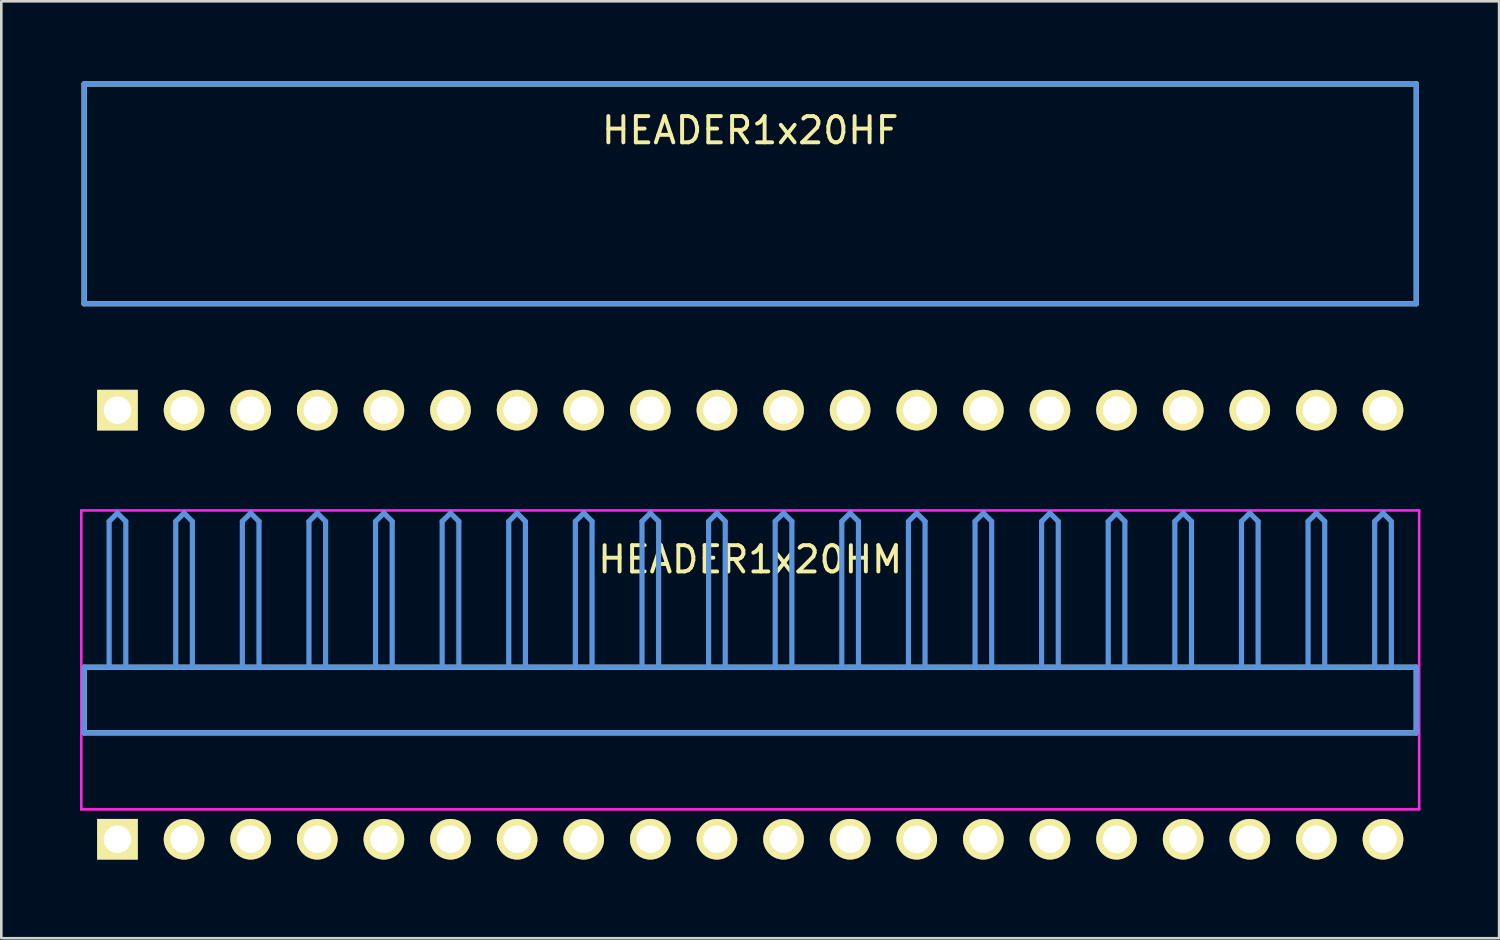
<source format=kicad_pcb>
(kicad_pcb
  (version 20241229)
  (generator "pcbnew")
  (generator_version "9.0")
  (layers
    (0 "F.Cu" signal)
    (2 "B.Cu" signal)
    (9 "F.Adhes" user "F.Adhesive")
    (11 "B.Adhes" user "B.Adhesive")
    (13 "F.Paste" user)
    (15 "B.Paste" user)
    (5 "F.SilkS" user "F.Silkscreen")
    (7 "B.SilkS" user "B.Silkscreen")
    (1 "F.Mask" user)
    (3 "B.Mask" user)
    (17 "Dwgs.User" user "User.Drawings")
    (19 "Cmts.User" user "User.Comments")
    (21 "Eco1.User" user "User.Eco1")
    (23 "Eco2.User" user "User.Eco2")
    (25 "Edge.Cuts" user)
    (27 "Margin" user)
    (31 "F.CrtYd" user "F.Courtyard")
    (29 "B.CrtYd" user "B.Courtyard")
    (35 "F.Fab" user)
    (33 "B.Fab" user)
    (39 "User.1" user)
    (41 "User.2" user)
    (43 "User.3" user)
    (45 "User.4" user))
  (footprint "HEADER1x20HF"
    (layer "F.Cu")
    (at 1.429 12.59)
    (property "Reference" "HEADER1x20HF" (at 24.13 -10.668 0) (layer "F.SilkS") (effects (font (size 1.001 1.001) (thickness 0.15))))
    (attr through_hole)
    (fp_line (start -1.27 -12.438) (end -1.27 -4.059) (stroke (width 0.198) (type solid)) (layer "F.SilkS"))
    (fp_line (start -1.27 -4.059) (end 49.53 -4.059) (stroke (width 0.198) (type solid)) (layer "F.SilkS"))
    (fp_line (start 49.53 -12.438) (end -1.27 -12.438) (stroke (width 0.198) (type solid)) (layer "F.SilkS"))
    (fp_line (start 49.53 -4.059) (end 49.53 -12.438) (stroke (width 0.198) (type solid)) (layer "F.SilkS"))
    (fp_line (start -1.27 -12.438) (end -1.27 -4.059) (stroke (width 0.198) (type solid)) (layer "Cmts.User"))
    (fp_line (start -1.27 -4.059) (end 49.53 -4.059) (stroke (width 0.198) (type solid)) (layer "Cmts.User"))
    (fp_line (start 49.53 -12.438) (end -1.27 -12.438) (stroke (width 0.198) (type solid)) (layer "Cmts.User"))
    (fp_line (start 49.53 -4.059) (end 49.53 -12.438) (stroke (width 0.198) (type solid)) (layer "Cmts.User"))
    (fp_line (start -1.379 -12.54) (end 49.639 -12.54) (stroke (width 0.099) (type solid)) (layer "Eco1.User"))
    (fp_line (start -1.379 -1.14) (end -1.379 -12.54) (stroke (width 0.099) (type solid)) (layer "Eco1.User"))
    (fp_line (start 49.639 -12.54) (end 49.639 -1.14) (stroke (width 0.099) (type solid)) (layer "Eco1.User"))
    (fp_line (start 49.639 -1.14) (end -1.379 -1.14) (stroke (width 0.099) (type solid)) (layer "Eco1.User"))
    (pad "1" thru_hole rect (at 0 0) (size 1.549 1.549) (drill 1.049) (layers "*.Cu" "*.Mask" "F.SilkS"))
    (pad "2" thru_hole circle (at 2.54 0) (size 1.549 1.549) (drill 1.049) (layers "*.Cu" "*.Mask" "F.SilkS"))
    (pad "3" thru_hole circle (at 5.08 0) (size 1.549 1.549) (drill 1.049) (layers "*.Cu" "*.Mask" "F.SilkS"))
    (pad "4" thru_hole circle (at 7.62 0) (size 1.549 1.549) (drill 1.049) (layers "*.Cu" "*.Mask" "F.SilkS"))
    (pad "5" thru_hole circle (at 10.16 0) (size 1.549 1.549) (drill 1.049) (layers "*.Cu" "*.Mask" "F.SilkS"))
    (pad "6" thru_hole circle (at 12.7 0) (size 1.549 1.549) (drill 1.049) (layers "*.Cu" "*.Mask" "F.SilkS"))
    (pad "7" thru_hole circle (at 15.24 0) (size 1.549 1.549) (drill 1.049) (layers "*.Cu" "*.Mask" "F.SilkS"))
    (pad "8" thru_hole circle (at 17.78 0) (size 1.549 1.549) (drill 1.049) (layers "*.Cu" "*.Mask" "F.SilkS"))
    (pad "9" thru_hole circle (at 20.32 0) (size 1.549 1.549) (drill 1.049) (layers "*.Cu" "*.Mask" "F.SilkS"))
    (pad "10" thru_hole circle (at 22.86 0) (size 1.549 1.549) (drill 1.049) (layers "*.Cu" "*.Mask" "F.SilkS"))
    (pad "11" thru_hole circle (at 25.4 0) (size 1.549 1.549) (drill 1.049) (layers "*.Cu" "*.Mask" "F.SilkS"))
    (pad "12" thru_hole circle (at 27.94 0) (size 1.549 1.549) (drill 1.049) (layers "*.Cu" "*.Mask" "F.SilkS"))
    (pad "13" thru_hole circle (at 30.48 0) (size 1.549 1.549) (drill 1.049) (layers "*.Cu" "*.Mask" "F.SilkS"))
    (pad "14" thru_hole circle (at 33.02 0) (size 1.549 1.549) (drill 1.049) (layers "*.Cu" "*.Mask" "F.SilkS"))
    (pad "15" thru_hole circle (at 35.56 0) (size 1.549 1.549) (drill 1.049) (layers "*.Cu" "*.Mask" "F.SilkS"))
    (pad "16" thru_hole circle (at 38.1 0) (size 1.549 1.549) (drill 1.049) (layers "*.Cu" "*.Mask" "F.SilkS"))
    (pad "17" thru_hole circle (at 40.64 0) (size 1.549 1.549) (drill 1.049) (layers "*.Cu" "*.Mask" "F.SilkS"))
    (pad "18" thru_hole circle (at 43.18 0) (size 1.549 1.549) (drill 1.049) (layers "*.Cu" "*.Mask" "F.SilkS"))
    (pad "19" thru_hole circle (at 45.72 0) (size 1.549 1.549) (drill 1.049) (layers "*.Cu" "*.Mask" "F.SilkS"))
    (pad "20" thru_hole circle (at 48.26 0) (size 1.549 1.549) (drill 1.049) (layers "*.Cu" "*.Mask" "F.SilkS")))
  (footprint "HEADER1x20HM"
    (layer "F.Cu")
    (at 1.429 28.954)
    (property "Reference" "HEADER1x20HM" (at 24.13 -10.668 0) (layer "F.SilkS") (effects (font (size 1.001 1.001) (thickness 0.15))))
    (attr through_hole)
    (fp_line (start -1.27 -6.558) (end -1.27 -4.059) (stroke (width 0.198) (type solid)) (layer "F.SilkS"))
    (fp_line (start -1.27 -4.059) (end 49.53 -4.059) (stroke (width 0.198) (type solid)) (layer "F.SilkS"))
    (fp_line (start 49.53 -6.558) (end -1.27 -6.558) (stroke (width 0.198) (type solid)) (layer "F.SilkS"))
    (fp_line (start 49.53 -4.059) (end 49.53 -6.558) (stroke (width 0.198) (type solid)) (layer "F.SilkS"))
    (fp_line (start -1.27 -6.558) (end -1.27 -4.059) (stroke (width 0.198) (type solid)) (layer "Cmts.User"))
    (fp_line (start -1.27 -4.059) (end 49.53 -4.059) (stroke (width 0.198) (type solid)) (layer "Cmts.User"))
    (fp_line (start -0.318 -12.121) (end 0 -12.438) (stroke (width 0.198) (type solid)) (layer "Cmts.User"))
    (fp_line (start -0.318 -6.599) (end -0.318 -12.121) (stroke (width 0.198) (type solid)) (layer "Cmts.User"))
    (fp_line (start 0.318 -12.121) (end 0 -12.438) (stroke (width 0.198) (type solid)) (layer "Cmts.User"))
    (fp_line (start 0.318 -6.599) (end 0.318 -12.121) (stroke (width 0.198) (type solid)) (layer "Cmts.User"))
    (fp_line (start 2.223 -12.121) (end 2.54 -12.438) (stroke (width 0.198) (type solid)) (layer "Cmts.User"))
    (fp_line (start 2.223 -6.599) (end 2.223 -12.121) (stroke (width 0.198) (type solid)) (layer "Cmts.User"))
    (fp_line (start 2.857 -12.121) (end 2.54 -12.438) (stroke (width 0.198) (type solid)) (layer "Cmts.User"))
    (fp_line (start 2.857 -6.599) (end 2.857 -12.121) (stroke (width 0.198) (type solid)) (layer "Cmts.User"))
    (fp_line (start 4.763 -12.121) (end 5.08 -12.438) (stroke (width 0.198) (type solid)) (layer "Cmts.User"))
    (fp_line (start 4.763 -6.599) (end 4.763 -12.121) (stroke (width 0.198) (type solid)) (layer "Cmts.User"))
    (fp_line (start 5.397 -12.121) (end 5.08 -12.438) (stroke (width 0.198) (type solid)) (layer "Cmts.User"))
    (fp_line (start 5.397 -6.599) (end 5.397 -12.121) (stroke (width 0.198) (type solid)) (layer "Cmts.User"))
    (fp_line (start 7.303 -12.121) (end 7.62 -12.438) (stroke (width 0.198) (type solid)) (layer "Cmts.User"))
    (fp_line (start 7.303 -6.599) (end 7.303 -12.121) (stroke (width 0.198) (type solid)) (layer "Cmts.User"))
    (fp_line (start 7.938 -12.121) (end 7.62 -12.438) (stroke (width 0.198) (type solid)) (layer "Cmts.User"))
    (fp_line (start 7.938 -6.599) (end 7.938 -12.121) (stroke (width 0.198) (type solid)) (layer "Cmts.User"))
    (fp_line (start 9.842 -12.121) (end 10.16 -12.438) (stroke (width 0.198) (type solid)) (layer "Cmts.User"))
    (fp_line (start 9.842 -6.599) (end 9.842 -12.121) (stroke (width 0.198) (type solid)) (layer "Cmts.User"))
    (fp_line (start 10.477 -12.121) (end 10.16 -12.438) (stroke (width 0.198) (type solid)) (layer "Cmts.User"))
    (fp_line (start 10.477 -6.599) (end 10.477 -12.121) (stroke (width 0.198) (type solid)) (layer "Cmts.User"))
    (fp_line (start 12.383 -12.121) (end 12.7 -12.438) (stroke (width 0.198) (type solid)) (layer "Cmts.User"))
    (fp_line (start 12.383 -6.599) (end 12.383 -12.121) (stroke (width 0.198) (type solid)) (layer "Cmts.User"))
    (fp_line (start 13.018 -12.121) (end 12.7 -12.438) (stroke (width 0.198) (type solid)) (layer "Cmts.User"))
    (fp_line (start 13.018 -6.599) (end 13.018 -12.121) (stroke (width 0.198) (type solid)) (layer "Cmts.User"))
    (fp_line (start 14.922 -12.121) (end 15.24 -12.438) (stroke (width 0.198) (type solid)) (layer "Cmts.User"))
    (fp_line (start 14.922 -6.599) (end 14.922 -12.121) (stroke (width 0.198) (type solid)) (layer "Cmts.User"))
    (fp_line (start 15.557 -12.121) (end 15.24 -12.438) (stroke (width 0.198) (type solid)) (layer "Cmts.User"))
    (fp_line (start 15.557 -6.599) (end 15.557 -12.121) (stroke (width 0.198) (type solid)) (layer "Cmts.User"))
    (fp_line (start 17.462 -12.121) (end 17.78 -12.438) (stroke (width 0.198) (type solid)) (layer "Cmts.User"))
    (fp_line (start 17.462 -6.599) (end 17.462 -12.121) (stroke (width 0.198) (type solid)) (layer "Cmts.User"))
    (fp_line (start 18.098 -12.121) (end 17.78 -12.438) (stroke (width 0.198) (type solid)) (layer "Cmts.User"))
    (fp_line (start 18.098 -6.599) (end 18.098 -12.121) (stroke (width 0.198) (type solid)) (layer "Cmts.User"))
    (fp_line (start 20.003 -12.121) (end 20.32 -12.438) (stroke (width 0.198) (type solid)) (layer "Cmts.User"))
    (fp_line (start 20.003 -6.599) (end 20.003 -12.121) (stroke (width 0.198) (type solid)) (layer "Cmts.User"))
    (fp_line (start 20.637 -12.121) (end 20.32 -12.438) (stroke (width 0.198) (type solid)) (layer "Cmts.User"))
    (fp_line (start 20.637 -6.599) (end 20.637 -12.121) (stroke (width 0.198) (type solid)) (layer "Cmts.User"))
    (fp_line (start 22.543 -12.121) (end 22.86 -12.438) (stroke (width 0.198) (type solid)) (layer "Cmts.User"))
    (fp_line (start 22.543 -6.599) (end 22.543 -12.121) (stroke (width 0.198) (type solid)) (layer "Cmts.User"))
    (fp_line (start 23.177 -12.121) (end 22.86 -12.438) (stroke (width 0.198) (type solid)) (layer "Cmts.User"))
    (fp_line (start 23.177 -6.599) (end 23.177 -12.121) (stroke (width 0.198) (type solid)) (layer "Cmts.User"))
    (fp_line (start 25.082 -12.121) (end 25.4 -12.438) (stroke (width 0.198) (type solid)) (layer "Cmts.User"))
    (fp_line (start 25.082 -6.599) (end 25.082 -12.121) (stroke (width 0.198) (type solid)) (layer "Cmts.User"))
    (fp_line (start 25.718 -12.121) (end 25.4 -12.438) (stroke (width 0.198) (type solid)) (layer "Cmts.User"))
    (fp_line (start 25.718 -6.599) (end 25.718 -12.121) (stroke (width 0.198) (type solid)) (layer "Cmts.User"))
    (fp_line (start 27.622 -12.121) (end 27.94 -12.438) (stroke (width 0.198) (type solid)) (layer "Cmts.User"))
    (fp_line (start 27.622 -6.599) (end 27.622 -12.121) (stroke (width 0.198) (type solid)) (layer "Cmts.User"))
    (fp_line (start 28.258 -12.121) (end 27.94 -12.438) (stroke (width 0.198) (type solid)) (layer "Cmts.User"))
    (fp_line (start 28.258 -6.599) (end 28.258 -12.121) (stroke (width 0.198) (type solid)) (layer "Cmts.User"))
    (fp_line (start 30.163 -12.121) (end 30.48 -12.438) (stroke (width 0.198) (type solid)) (layer "Cmts.User"))
    (fp_line (start 30.163 -6.599) (end 30.163 -12.121) (stroke (width 0.198) (type solid)) (layer "Cmts.User"))
    (fp_line (start 30.797 -12.121) (end 30.48 -12.438) (stroke (width 0.198) (type solid)) (layer "Cmts.User"))
    (fp_line (start 30.797 -6.599) (end 30.797 -12.121) (stroke (width 0.198) (type solid)) (layer "Cmts.User"))
    (fp_line (start 32.703 -12.121) (end 33.02 -12.438) (stroke (width 0.198) (type solid)) (layer "Cmts.User"))
    (fp_line (start 32.703 -6.599) (end 32.703 -12.121) (stroke (width 0.198) (type solid)) (layer "Cmts.User"))
    (fp_line (start 33.337 -12.121) (end 33.02 -12.438) (stroke (width 0.198) (type solid)) (layer "Cmts.User"))
    (fp_line (start 33.337 -6.599) (end 33.337 -12.121) (stroke (width 0.198) (type solid)) (layer "Cmts.User"))
    (fp_line (start 35.242 -12.121) (end 35.56 -12.438) (stroke (width 0.198) (type solid)) (layer "Cmts.User"))
    (fp_line (start 35.242 -6.599) (end 35.242 -12.121) (stroke (width 0.198) (type solid)) (layer "Cmts.User"))
    (fp_line (start 35.877 -12.121) (end 35.56 -12.438) (stroke (width 0.198) (type solid)) (layer "Cmts.User"))
    (fp_line (start 35.877 -6.599) (end 35.877 -12.121) (stroke (width 0.198) (type solid)) (layer "Cmts.User"))
    (fp_line (start 37.782 -12.121) (end 38.1 -12.438) (stroke (width 0.198) (type solid)) (layer "Cmts.User"))
    (fp_line (start 37.782 -6.599) (end 37.782 -12.121) (stroke (width 0.198) (type solid)) (layer "Cmts.User"))
    (fp_line (start 38.417 -12.121) (end 38.1 -12.438) (stroke (width 0.198) (type solid)) (layer "Cmts.User"))
    (fp_line (start 38.417 -6.599) (end 38.417 -12.121) (stroke (width 0.198) (type solid)) (layer "Cmts.User"))
    (fp_line (start 40.322 -12.121) (end 40.64 -12.438) (stroke (width 0.198) (type solid)) (layer "Cmts.User"))
    (fp_line (start 40.322 -6.599) (end 40.322 -12.121) (stroke (width 0.198) (type solid)) (layer "Cmts.User"))
    (fp_line (start 40.958 -12.121) (end 40.64 -12.438) (stroke (width 0.198) (type solid)) (layer "Cmts.User"))
    (fp_line (start 40.958 -6.599) (end 40.958 -12.121) (stroke (width 0.198) (type solid)) (layer "Cmts.User"))
    (fp_line (start 42.862 -12.121) (end 43.18 -12.438) (stroke (width 0.198) (type solid)) (layer "Cmts.User"))
    (fp_line (start 42.862 -6.599) (end 42.862 -12.121) (stroke (width 0.198) (type solid)) (layer "Cmts.User"))
    (fp_line (start 43.498 -12.121) (end 43.18 -12.438) (stroke (width 0.198) (type solid)) (layer "Cmts.User"))
    (fp_line (start 43.498 -6.599) (end 43.498 -12.121) (stroke (width 0.198) (type solid)) (layer "Cmts.User"))
    (fp_line (start 45.403 -12.121) (end 45.72 -12.438) (stroke (width 0.198) (type solid)) (layer "Cmts.User"))
    (fp_line (start 45.403 -6.599) (end 45.403 -12.121) (stroke (width 0.198) (type solid)) (layer "Cmts.User"))
    (fp_line (start 46.038 -12.121) (end 45.72 -12.438) (stroke (width 0.198) (type solid)) (layer "Cmts.User"))
    (fp_line (start 46.038 -6.599) (end 46.038 -12.121) (stroke (width 0.198) (type solid)) (layer "Cmts.User"))
    (fp_line (start 47.943 -12.121) (end 48.26 -12.438) (stroke (width 0.198) (type solid)) (layer "Cmts.User"))
    (fp_line (start 47.943 -6.599) (end 47.943 -12.121) (stroke (width 0.198) (type solid)) (layer "Cmts.User"))
    (fp_line (start 48.578 -12.121) (end 48.26 -12.438) (stroke (width 0.198) (type solid)) (layer "Cmts.User"))
    (fp_line (start 48.578 -6.599) (end 48.578 -12.121) (stroke (width 0.198) (type solid)) (layer "Cmts.User"))
    (fp_line (start 49.53 -6.558) (end -1.27 -6.558) (stroke (width 0.198) (type solid)) (layer "Cmts.User"))
    (fp_line (start 49.53 -4.059) (end 49.53 -6.558) (stroke (width 0.198) (type solid)) (layer "Cmts.User"))
    (fp_line (start -1.379 -12.54) (end 49.639 -12.54) (stroke (width 0.099) (type solid)) (layer "F.CrtYd"))
    (fp_line (start -1.379 -1.14) (end -1.379 -12.54) (stroke (width 0.099) (type solid)) (layer "F.CrtYd"))
    (fp_line (start 49.639 -12.54) (end 49.639 -1.14) (stroke (width 0.099) (type solid)) (layer "F.CrtYd"))
    (fp_line (start 49.639 -1.14) (end -1.379 -1.14) (stroke (width 0.099) (type solid)) (layer "F.CrtYd"))
    (pad "1" thru_hole rect (at 0 0) (size 1.549 1.549) (drill 1.049) (layers "*.Cu" "*.Mask" "F.SilkS"))
    (pad "2" thru_hole circle (at 2.54 0) (size 1.549 1.549) (drill 1.049) (layers "*.Cu" "*.Mask" "F.SilkS"))
    (pad "3" thru_hole circle (at 5.08 0) (size 1.549 1.549) (drill 1.049) (layers "*.Cu" "*.Mask" "F.SilkS"))
    (pad "4" thru_hole circle (at 7.62 0) (size 1.549 1.549) (drill 1.049) (layers "*.Cu" "*.Mask" "F.SilkS"))
    (pad "5" thru_hole circle (at 10.16 0) (size 1.549 1.549) (drill 1.049) (layers "*.Cu" "*.Mask" "F.SilkS"))
    (pad "6" thru_hole circle (at 12.7 0) (size 1.549 1.549) (drill 1.049) (layers "*.Cu" "*.Mask" "F.SilkS"))
    (pad "7" thru_hole circle (at 15.24 0) (size 1.549 1.549) (drill 1.049) (layers "*.Cu" "*.Mask" "F.SilkS"))
    (pad "8" thru_hole circle (at 17.78 0) (size 1.549 1.549) (drill 1.049) (layers "*.Cu" "*.Mask" "F.SilkS"))
    (pad "9" thru_hole circle (at 20.32 0) (size 1.549 1.549) (drill 1.049) (layers "*.Cu" "*.Mask" "F.SilkS"))
    (pad "10" thru_hole circle (at 22.86 0) (size 1.549 1.549) (drill 1.049) (layers "*.Cu" "*.Mask" "F.SilkS"))
    (pad "11" thru_hole circle (at 25.4 0) (size 1.549 1.549) (drill 1.049) (layers "*.Cu" "*.Mask" "F.SilkS"))
    (pad "12" thru_hole circle (at 27.94 0) (size 1.549 1.549) (drill 1.049) (layers "*.Cu" "*.Mask" "F.SilkS"))
    (pad "13" thru_hole circle (at 30.48 0) (size 1.549 1.549) (drill 1.049) (layers "*.Cu" "*.Mask" "F.SilkS"))
    (pad "14" thru_hole circle (at 33.02 0) (size 1.549 1.549) (drill 1.049) (layers "*.Cu" "*.Mask" "F.SilkS"))
    (pad "15" thru_hole circle (at 35.56 0) (size 1.549 1.549) (drill 1.049) (layers "*.Cu" "*.Mask" "F.SilkS"))
    (pad "16" thru_hole circle (at 38.1 0) (size 1.549 1.549) (drill 1.049) (layers "*.Cu" "*.Mask" "F.SilkS"))
    (pad "17" thru_hole circle (at 40.64 0) (size 1.549 1.549) (drill 1.049) (layers "*.Cu" "*.Mask" "F.SilkS"))
    (pad "18" thru_hole circle (at 43.18 0) (size 1.549 1.549) (drill 1.049) (layers "*.Cu" "*.Mask" "F.SilkS"))
    (pad "19" thru_hole circle (at 45.72 0) (size 1.549 1.549) (drill 1.049) (layers "*.Cu" "*.Mask" "F.SilkS"))
    (pad "20" thru_hole circle (at 48.26 0) (size 1.549 1.549) (drill 1.049) (layers "*.Cu" "*.Mask" "F.SilkS")))
  (gr_rect
    (start -3 -3)
    (end 54.117 32.728)
    (stroke (width 0.1) (type default))
    (fill no)
    (layer "Edge.Cuts")))
</source>
